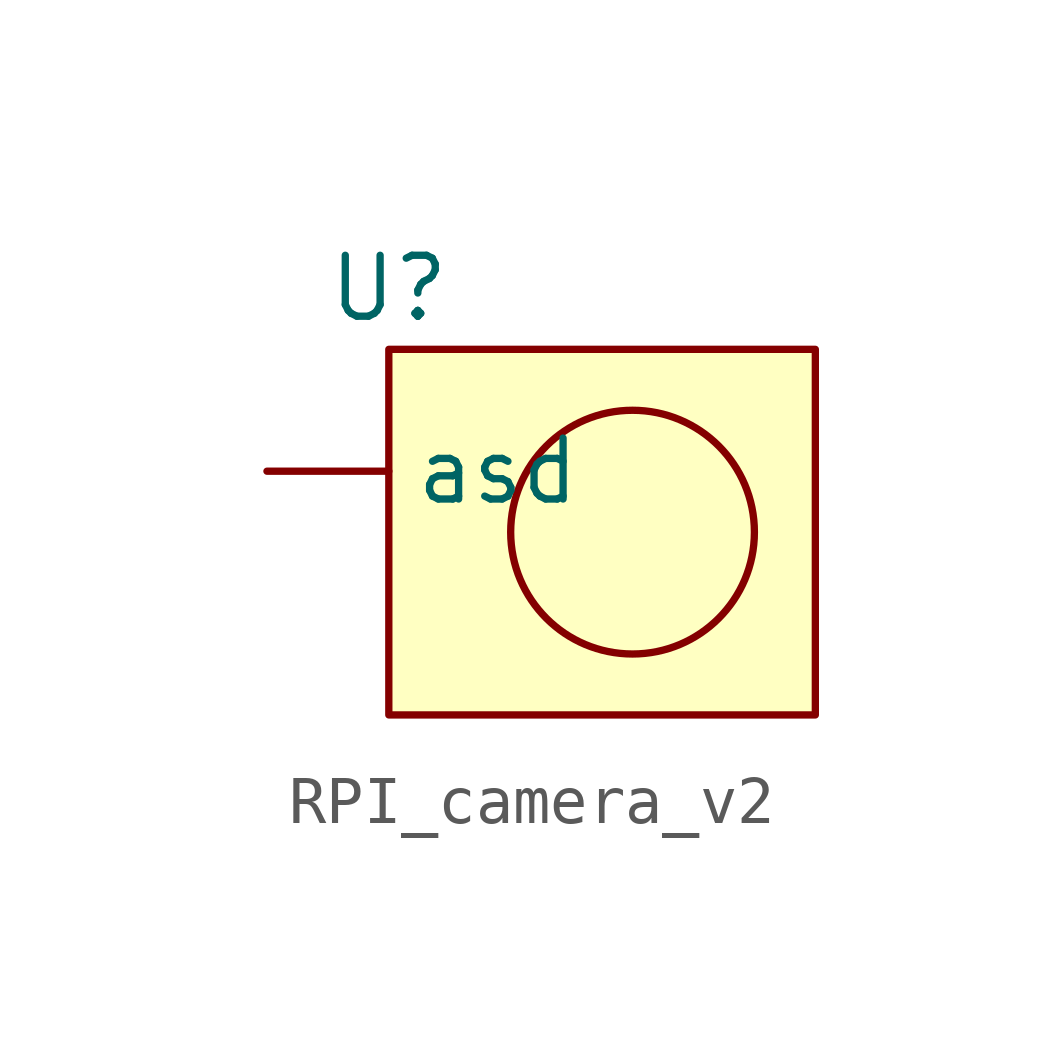
<source format=kicad_sym>
(kicad_symbol_lib
  (version 20220914)
  (generator kicad_symbol_editor)
  (symbol "RPI_camera_v2"
    (property "Reference" "U"
      (at 2.54 5.08 0)
      (effects (font (size 1.27 1.27))))
    (property "Value" ""
      (at 0 0 0)
      (effects (font (size 1.27 1.27))))
    (symbol "RPI_camera_v2_0_1"
      (rectangle (start 2.54 3.81) (end 11.43 -3.81) (stroke (width 0) (type default)) (fill (type background)))
      (circle (center 7.62 0) (radius 2.54) (stroke (width 0) (type default)) (fill (type none))))
    (symbol "RPI_camera_v2_1_1"
      (pin bidirectional line (at 0 1.27 0) (length 2.54) (name "asd" (effects (font (size 1.27 1.27)))) (number "" (effects (font (size 1.27 1.27))))))))
</source>
